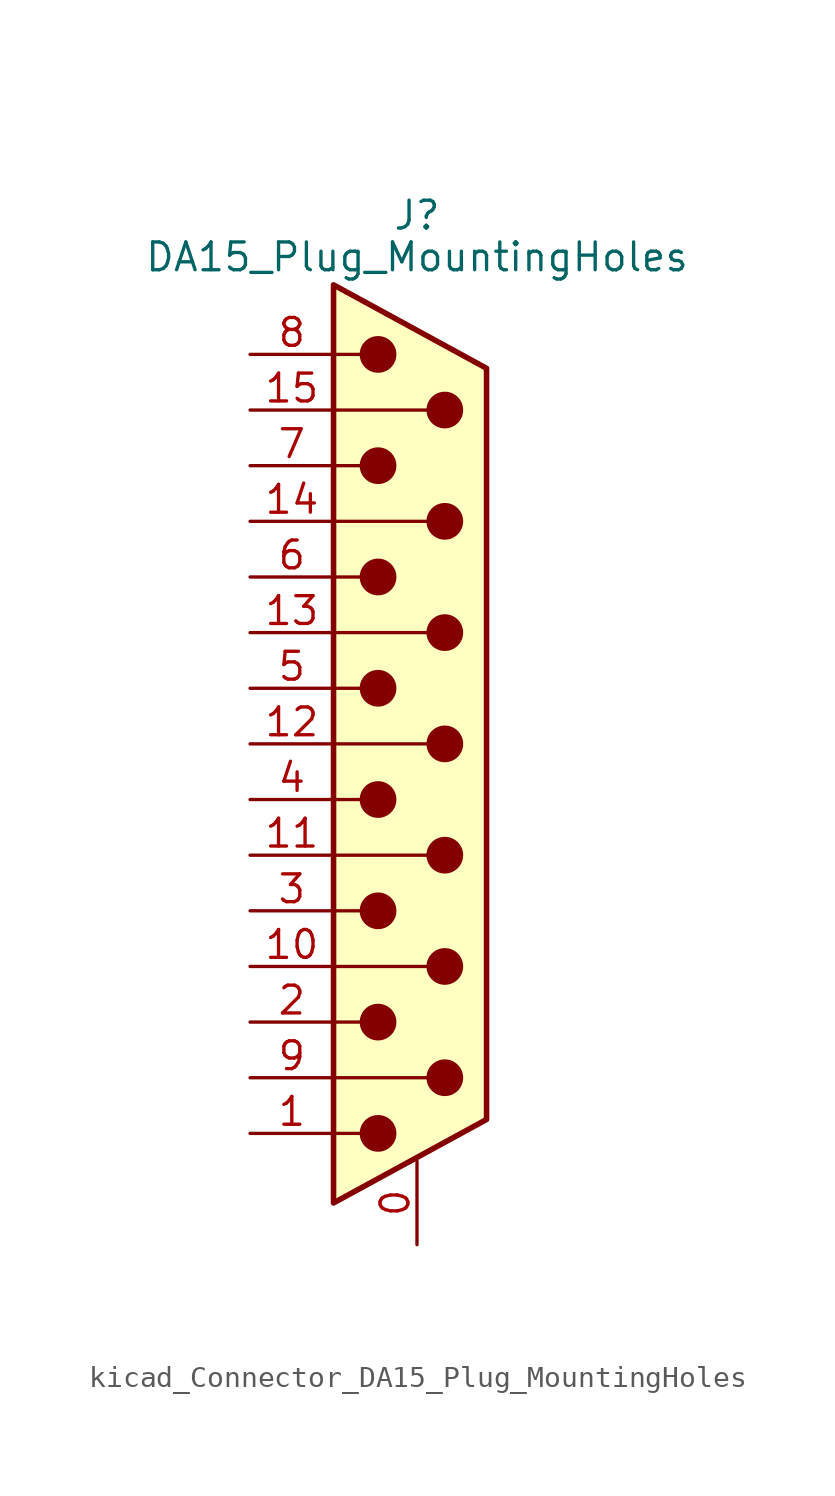
<source format=kicad_sym>
(kicad_symbol_lib
  (version 20220914)
  (generator kicad_symbol_editor)
  (symbol "kicad_Connector_DA15_Plug_MountingHoles"
    (pin_names
      (offset 1.016) hide)
    (property "Reference" "J"
      (at 0 24.13 0)
      (effects (font (size 1.27 1.27))))
    (property "Value" "DA15_Plug_MountingHoles"
      (at 0 22.225 0)
      (effects (font (size 1.27 1.27))))
    (symbol "kicad_Connector_DA15_Plug_MountingHoles_0_1"
      (circle (center -1.778 -17.78) (radius 0.762) (stroke (width 0) (type default)) (fill (type outline)))
      (circle (center -1.778 -12.7) (radius 0.762) (stroke (width 0) (type default)) (fill (type outline)))
      (circle (center -1.778 -7.62) (radius 0.762) (stroke (width 0) (type default)) (fill (type outline)))
      (circle (center -1.778 -2.54) (radius 0.762) (stroke (width 0) (type default)) (fill (type outline)))
      (circle (center -1.778 2.54) (radius 0.762) (stroke (width 0) (type default)) (fill (type outline)))
      (circle (center -1.778 7.62) (radius 0.762) (stroke (width 0) (type default)) (fill (type outline)))
      (circle (center -1.778 12.7) (radius 0.762) (stroke (width 0) (type default)) (fill (type outline)))
      (circle (center -1.778 17.78) (radius 0.762) (stroke (width 0) (type default)) (fill (type outline)))
      (polyline (pts (xy -3.81 -17.78) (xy -2.54 -17.78)) (stroke (width 0) (type default)) (fill (type none)))
      (polyline (pts (xy -3.81 -15.24) (xy 0.508 -15.24)) (stroke (width 0) (type default)) (fill (type none)))
      (polyline (pts (xy -3.81 -12.7) (xy -2.54 -12.7)) (stroke (width 0) (type default)) (fill (type none)))
      (polyline (pts (xy -3.81 -10.16) (xy 0.508 -10.16)) (stroke (width 0) (type default)) (fill (type none)))
      (polyline (pts (xy -3.81 -7.62) (xy -2.54 -7.62)) (stroke (width 0) (type default)) (fill (type none)))
      (polyline (pts (xy -3.81 -5.08) (xy 0.508 -5.08)) (stroke (width 0) (type default)) (fill (type none)))
      (polyline (pts (xy -3.81 -2.54) (xy -2.54 -2.54)) (stroke (width 0) (type default)) (fill (type none)))
      (polyline (pts (xy -3.81 0) (xy 0.508 0)) (stroke (width 0) (type default)) (fill (type none)))
      (polyline (pts (xy -3.81 2.54) (xy -2.54 2.54)) (stroke (width 0) (type default)) (fill (type none)))
      (polyline (pts (xy -3.81 5.08) (xy 0.508 5.08)) (stroke (width 0) (type default)) (fill (type none)))
      (polyline (pts (xy -3.81 7.62) (xy -2.54 7.62)) (stroke (width 0) (type default)) (fill (type none)))
      (polyline (pts (xy -3.81 10.16) (xy 0.508 10.16)) (stroke (width 0) (type default)) (fill (type none)))
      (polyline (pts (xy -3.81 12.7) (xy -2.54 12.7)) (stroke (width 0) (type default)) (fill (type none)))
      (polyline (pts (xy -3.81 15.24) (xy 0.508 15.24)) (stroke (width 0) (type default)) (fill (type none)))
      (polyline (pts (xy -3.81 17.78) (xy -2.54 17.78)) (stroke (width 0) (type default)) (fill (type none)))
      (polyline (pts (xy -3.81 -20.955) (xy 3.175 -17.145) (xy 3.175 17.145) (xy -3.81 20.955) (xy -3.81 -20.955)) (stroke (width 0.254) (type default)) (fill (type background)))
      (circle (center 1.27 -15.24) (radius 0.762) (stroke (width 0) (type default)) (fill (type outline)))
      (circle (center 1.27 -10.16) (radius 0.762) (stroke (width 0) (type default)) (fill (type outline)))
      (circle (center 1.27 -5.08) (radius 0.762) (stroke (width 0) (type default)) (fill (type outline)))
      (circle (center 1.27 0) (radius 0.762) (stroke (width 0) (type default)) (fill (type outline)))
      (circle (center 1.27 5.08) (radius 0.762) (stroke (width 0) (type default)) (fill (type outline)))
      (circle (center 1.27 10.16) (radius 0.762) (stroke (width 0) (type default)) (fill (type outline)))
      (circle (center 1.27 15.24) (radius 0.762) (stroke (width 0) (type default)) (fill (type outline))))
    (symbol "kicad_Connector_DA15_Plug_MountingHoles_1_1"
      (pin passive line (at 0 -22.86 90) (length 3.81) (name "PAD" (effects (font (size 1.27 1.27)))) (number "0" (effects (font (size 1.27 1.27)))))
      (pin passive line (at -7.62 -17.78 0) (length 3.81) (name "1" (effects (font (size 1.27 1.27)))) (number "1" (effects (font (size 1.27 1.27)))))
      (pin passive line (at -7.62 -10.16 0) (length 3.81) (name "P10" (effects (font (size 1.27 1.27)))) (number "10" (effects (font (size 1.27 1.27)))))
      (pin passive line (at -7.62 -5.08 0) (length 3.81) (name "P111" (effects (font (size 1.27 1.27)))) (number "11" (effects (font (size 1.27 1.27)))))
      (pin passive line (at -7.62 0 0) (length 3.81) (name "P12" (effects (font (size 1.27 1.27)))) (number "12" (effects (font (size 1.27 1.27)))))
      (pin passive line (at -7.62 5.08 0) (length 3.81) (name "P13" (effects (font (size 1.27 1.27)))) (number "13" (effects (font (size 1.27 1.27)))))
      (pin passive line (at -7.62 10.16 0) (length 3.81) (name "P14" (effects (font (size 1.27 1.27)))) (number "14" (effects (font (size 1.27 1.27)))))
      (pin passive line (at -7.62 15.24 0) (length 3.81) (name "P15" (effects (font (size 1.27 1.27)))) (number "15" (effects (font (size 1.27 1.27)))))
      (pin passive line (at -7.62 -12.7 0) (length 3.81) (name "2" (effects (font (size 1.27 1.27)))) (number "2" (effects (font (size 1.27 1.27)))))
      (pin passive line (at -7.62 -7.62 0) (length 3.81) (name "3" (effects (font (size 1.27 1.27)))) (number "3" (effects (font (size 1.27 1.27)))))
      (pin passive line (at -7.62 -2.54 0) (length 3.81) (name "4" (effects (font (size 1.27 1.27)))) (number "4" (effects (font (size 1.27 1.27)))))
      (pin passive line (at -7.62 2.54 0) (length 3.81) (name "5" (effects (font (size 1.27 1.27)))) (number "5" (effects (font (size 1.27 1.27)))))
      (pin passive line (at -7.62 7.62 0) (length 3.81) (name "6" (effects (font (size 1.27 1.27)))) (number "6" (effects (font (size 1.27 1.27)))))
      (pin passive line (at -7.62 12.7 0) (length 3.81) (name "7" (effects (font (size 1.27 1.27)))) (number "7" (effects (font (size 1.27 1.27)))))
      (pin passive line (at -7.62 17.78 0) (length 3.81) (name "8" (effects (font (size 1.27 1.27)))) (number "8" (effects (font (size 1.27 1.27)))))
      (pin passive line (at -7.62 -15.24 0) (length 3.81) (name "P9" (effects (font (size 1.27 1.27)))) (number "9" (effects (font (size 1.27 1.27))))))))
</source>
